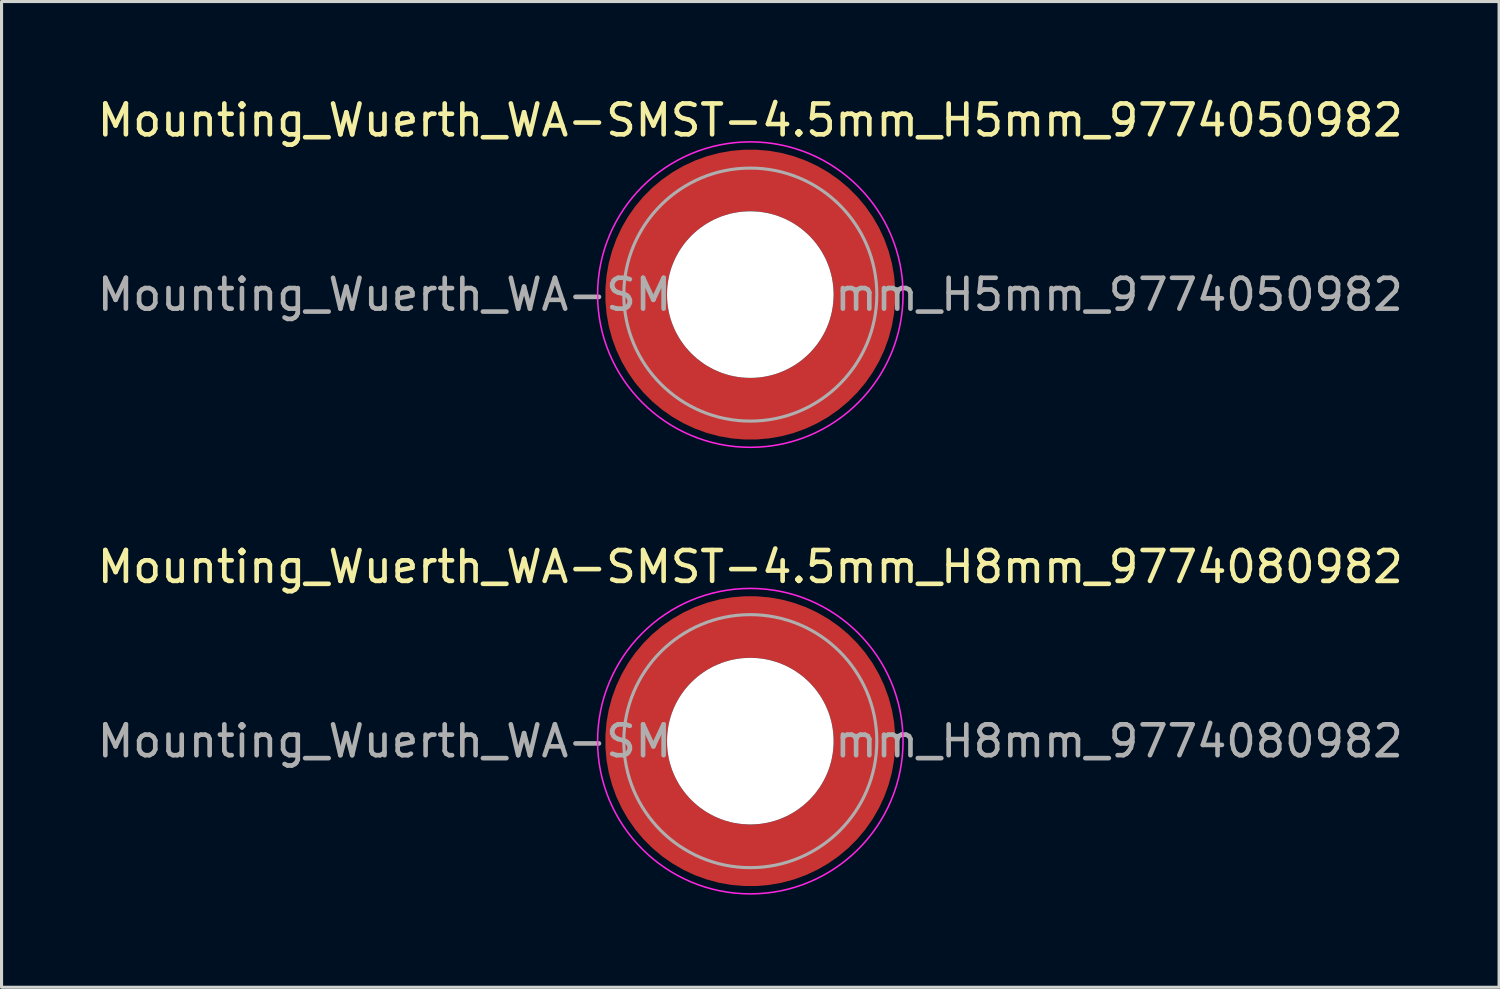
<source format=kicad_pcb>
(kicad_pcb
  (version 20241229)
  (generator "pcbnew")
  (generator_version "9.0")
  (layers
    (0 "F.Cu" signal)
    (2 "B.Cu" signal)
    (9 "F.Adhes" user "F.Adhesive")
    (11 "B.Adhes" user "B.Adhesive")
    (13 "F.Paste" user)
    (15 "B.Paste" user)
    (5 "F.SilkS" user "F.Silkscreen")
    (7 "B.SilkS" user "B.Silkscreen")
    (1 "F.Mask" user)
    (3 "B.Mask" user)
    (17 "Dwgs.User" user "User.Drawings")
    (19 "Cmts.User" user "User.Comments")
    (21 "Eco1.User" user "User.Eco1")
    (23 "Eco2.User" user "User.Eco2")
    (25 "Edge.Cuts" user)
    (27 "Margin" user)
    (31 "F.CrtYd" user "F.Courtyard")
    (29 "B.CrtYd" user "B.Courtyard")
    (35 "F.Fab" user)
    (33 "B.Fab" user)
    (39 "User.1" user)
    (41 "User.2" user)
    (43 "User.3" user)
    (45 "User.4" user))
  (footprint "Mounting_Wuerth_WA-SMST-4.5mm_H8mm_9774080982"
    (layer "F.Cu")
    (at 21.268 20.971)
    (property "Reference" "Mounting_Wuerth_WA-SMST-4.5mm_H8mm_9774080982" (at 0 -5.65 0) (layer "F.SilkS") (effects (font (size 1 1) (thickness 0.15))))
    (attr smd)
    (fp_circle (center 0 0) (end 4.95 0) (stroke (width 0.05) (type solid)) (fill no) (layer "F.CrtYd"))
    (fp_circle (center 0 0) (end 4.1 0) (stroke (width 0.1) (type solid)) (fill no) (layer "F.Fab"))
    (fp_text user "${REFERENCE}" (at 0 0 0) (layer "F.Fab") (effects (font (size 1 1) (thickness 0.15))))
    (pad "" smd custom (at -2.607 -2.607) (size 1.495 1.495) (layers "F.Paste") (options (anchor circle)) (primitives (gr_arc (start -0.188183 2.107456) (mid 0.599273 0.599273) (end 2.107456 -0.188183) (width 0.2)) (gr_arc (start -0.289416 2.107456) (mid 0.52877 0.52877) (end 2.107456 -0.289416) (width 0.2)) (gr_arc (start -0.390547 2.107456) (mid 0.458268 0.458268) (end 2.107456 -0.390547) (width 0.2)) (gr_arc (start -0.491585 2.107456) (mid 0.387765 0.387765) (end 2.107456 -0.491585) (width 0.2)) (gr_arc (start -0.59254 2.107456) (mid 0.317262 0.317262) (end 2.107456 -0.59254) (width 0.2)) (gr_arc (start -0.693419 2.107456) (mid 0.24676 0.24676) (end 2.107456 -0.693419) (width 0.2)) (gr_arc (start -0.794229 2.107456) (mid 0.176257 0.176257) (end 2.107456 -0.794229) (width 0.2)) (gr_arc (start -0.894975 2.107456) (mid 0.105754 0.105754) (end 2.107456 -0.894975) (width 0.2)) (gr_arc (start -0.995664 2.107456) (mid 0.035251 0.035251) (end 2.107456 -0.995664) (width 0.2)) (gr_arc (start -1.0963 2.107456) (mid -0.035252 -0.035252) (end 2.107456 -1.0963) (width 0.2)) (gr_arc (start -1.196886 2.107456) (mid -0.105754 -0.105754) (end 2.107456 -1.196886) (width 0.2)) (gr_arc (start -1.297427 2.107456) (mid -0.176257 -0.176257) (end 2.107456 -1.297427) (width 0.2)) (gr_arc (start -1.397927 2.107456) (mid -0.24676 -0.24676) (end 2.107456 -1.397927) (width 0.2)) (gr_arc (start -1.498388 2.107456) (mid -0.317262 -0.317262) (end 2.107456 -1.498388) (width 0.2)) (gr_arc (start -1.598813 2.107456) (mid -0.387765 -0.387765) (end 2.107456 -1.598813) (width 0.2)) (gr_arc (start -1.699204 2.107456) (mid -0.458267 -0.458267) (end 2.107456 -1.699204) (width 0.2)) (gr_arc (start -1.799565 2.107456) (mid -0.528771 -0.528771) (end 2.107456 -1.799565) (width 0.2)) (gr_arc (start -1.899896 2.107456) (mid -0.599273 -0.599273) (end 2.107456 -1.899896) (width 0.2)) (gr_arc (start -1.899896 2.107456) (mid -0.599273 -0.599273) (end 2.107456 -1.899896) (width 0.2)) (gr_line (start 2.107 -0.188) (end 2.107 -1.9) (width 0.2)) (gr_line (start -0.188 2.107) (end -1.9 2.107) (width 0.2))))
    (pad "" smd custom (at -2.607 2.607) (size 1.495 1.495) (layers "F.Paste") (options (anchor circle)) (primitives (gr_arc (start 2.107456 0.188183) (mid 0.599273 -0.599273) (end -0.188183 -2.107456) (width 0.2)) (gr_arc (start 2.107456 0.289416) (mid 0.52877 -0.52877) (end -0.289416 -2.107456) (width 0.2)) (gr_arc (start 2.107456 0.390547) (mid 0.458268 -0.458268) (end -0.390547 -2.107456) (width 0.2)) (gr_arc (start 2.107456 0.491585) (mid 0.387765 -0.387765) (end -0.491585 -2.107456) (width 0.2)) (gr_arc (start 2.107456 0.59254) (mid 0.317262 -0.317262) (end -0.59254 -2.107456) (width 0.2)) (gr_arc (start 2.107456 0.693419) (mid 0.24676 -0.24676) (end -0.693419 -2.107456) (width 0.2)) (gr_arc (start 2.107456 0.794229) (mid 0.176257 -0.176257) (end -0.794229 -2.107456) (width 0.2)) (gr_arc (start 2.107456 0.894975) (mid 0.105754 -0.105754) (end -0.894975 -2.107456) (width 0.2)) (gr_arc (start 2.107456 0.995664) (mid 0.035251 -0.035251) (end -0.995664 -2.107456) (width 0.2)) (gr_arc (start 2.107456 1.0963) (mid -0.035252 0.035252) (end -1.0963 -2.107456) (width 0.2)) (gr_arc (start 2.107456 1.196886) (mid -0.105754 0.105754) (end -1.196886 -2.107456) (width 0.2)) (gr_arc (start 2.107456 1.297427) (mid -0.176257 0.176257) (end -1.297427 -2.107456) (width 0.2)) (gr_arc (start 2.107456 1.397927) (mid -0.24676 0.24676) (end -1.397927 -2.107456) (width 0.2)) (gr_arc (start 2.107456 1.498388) (mid -0.317262 0.317262) (end -1.498388 -2.107456) (width 0.2)) (gr_arc (start 2.107456 1.598813) (mid -0.387765 0.387765) (end -1.598813 -2.107456) (width 0.2)) (gr_arc (start 2.107456 1.699204) (mid -0.458267 0.458267) (end -1.699204 -2.107456) (width 0.2)) (gr_arc (start 2.107456 1.799565) (mid -0.528771 0.528771) (end -1.799565 -2.107456) (width 0.2)) (gr_arc (start 2.107456 1.899896) (mid -0.599273 0.599273) (end -1.899896 -2.107456) (width 0.2)) (gr_arc (start 2.107456 1.899896) (mid -0.599273 0.599273) (end -1.899896 -2.107456) (width 0.2)) (gr_line (start -0.188 -2.107) (end -1.9 -2.107) (width 0.2)) (gr_line (start 2.107 0.188) (end 2.107 1.9) (width 0.2))))
    (pad "" np_thru_hole circle (at 0 0) (size 5.4 5.4) (drill 5.4) (layers "*.Cu" "*.Mask"))
    (pad "" smd custom (at 2.607 -2.607) (size 1.495 1.495) (layers "F.Paste") (options (anchor circle)) (primitives (gr_arc (start -2.107456 -0.188183) (mid -0.599273 0.599273) (end 0.188183 2.107456) (width 0.2)) (gr_arc (start -2.107456 -0.289416) (mid -0.52877 0.52877) (end 0.289416 2.107456) (width 0.2)) (gr_arc (start -2.107456 -0.390547) (mid -0.458268 0.458268) (end 0.390547 2.107456) (width 0.2)) (gr_arc (start -2.107456 -0.491585) (mid -0.387765 0.387765) (end 0.491585 2.107456) (width 0.2)) (gr_arc (start -2.107456 -0.59254) (mid -0.317262 0.317262) (end 0.59254 2.107456) (width 0.2)) (gr_arc (start -2.107456 -0.693419) (mid -0.24676 0.24676) (end 0.693419 2.107456) (width 0.2)) (gr_arc (start -2.107456 -0.794229) (mid -0.176257 0.176257) (end 0.794229 2.107456) (width 0.2)) (gr_arc (start -2.107456 -0.894975) (mid -0.105754 0.105754) (end 0.894975 2.107456) (width 0.2)) (gr_arc (start -2.107456 -0.995664) (mid -0.035251 0.035251) (end 0.995664 2.107456) (width 0.2)) (gr_arc (start -2.107456 -1.0963) (mid 0.035252 -0.035252) (end 1.0963 2.107456) (width 0.2)) (gr_arc (start -2.107456 -1.196886) (mid 0.105754 -0.105754) (end 1.196886 2.107456) (width 0.2)) (gr_arc (start -2.107456 -1.297427) (mid 0.176257 -0.176257) (end 1.297427 2.107456) (width 0.2)) (gr_arc (start -2.107456 -1.397927) (mid 0.24676 -0.24676) (end 1.397927 2.107456) (width 0.2)) (gr_arc (start -2.107456 -1.498388) (mid 0.317262 -0.317262) (end 1.498388 2.107456) (width 0.2)) (gr_arc (start -2.107456 -1.598813) (mid 0.387765 -0.387765) (end 1.598813 2.107456) (width 0.2)) (gr_arc (start -2.107456 -1.699204) (mid 0.458267 -0.458267) (end 1.699204 2.107456) (width 0.2)) (gr_arc (start -2.107456 -1.799565) (mid 0.528771 -0.528771) (end 1.799565 2.107456) (width 0.2)) (gr_arc (start -2.107456 -1.899896) (mid 0.599273 -0.599273) (end 1.899896 2.107456) (width 0.2)) (gr_arc (start -2.107456 -1.899896) (mid 0.599273 -0.599273) (end 1.899896 2.107456) (width 0.2)) (gr_line (start 0.188 2.107) (end 1.9 2.107) (width 0.2)) (gr_line (start -2.107 -0.188) (end -2.107 -1.9) (width 0.2))))
    (pad "" smd custom (at 2.607 2.607) (size 1.495 1.495) (layers "F.Paste") (options (anchor circle)) (primitives (gr_arc (start 0.188183 -2.107456) (mid -0.599273 -0.599273) (end -2.107456 0.188183) (width 0.2)) (gr_arc (start 0.289416 -2.107456) (mid -0.52877 -0.52877) (end -2.107456 0.289416) (width 0.2)) (gr_arc (start 0.390547 -2.107456) (mid -0.458268 -0.458268) (end -2.107456 0.390547) (width 0.2)) (gr_arc (start 0.491585 -2.107456) (mid -0.387765 -0.387765) (end -2.107456 0.491585) (width 0.2)) (gr_arc (start 0.59254 -2.107456) (mid -0.317262 -0.317262) (end -2.107456 0.59254) (width 0.2)) (gr_arc (start 0.693419 -2.107456) (mid -0.24676 -0.24676) (end -2.107456 0.693419) (width 0.2)) (gr_arc (start 0.794229 -2.107456) (mid -0.176257 -0.176257) (end -2.107456 0.794229) (width 0.2)) (gr_arc (start 0.894975 -2.107456) (mid -0.105754 -0.105754) (end -2.107456 0.894975) (width 0.2)) (gr_arc (start 0.995664 -2.107456) (mid -0.035251 -0.035251) (end -2.107456 0.995664) (width 0.2)) (gr_arc (start 1.0963 -2.107456) (mid 0.035252 0.035252) (end -2.107456 1.0963) (width 0.2)) (gr_arc (start 1.196886 -2.107456) (mid 0.105754 0.105754) (end -2.107456 1.196886) (width 0.2)) (gr_arc (start 1.297427 -2.107456) (mid 0.176257 0.176257) (end -2.107456 1.297427) (width 0.2)) (gr_arc (start 1.397927 -2.107456) (mid 0.24676 0.24676) (end -2.107456 1.397927) (width 0.2)) (gr_arc (start 1.498388 -2.107456) (mid 0.317262 0.317262) (end -2.107456 1.498388) (width 0.2)) (gr_arc (start 1.598813 -2.107456) (mid 0.387765 0.387765) (end -2.107456 1.598813) (width 0.2)) (gr_arc (start 1.699204 -2.107456) (mid 0.458267 0.458267) (end -2.107456 1.699204) (width 0.2)) (gr_arc (start 1.799565 -2.107456) (mid 0.528771 0.528771) (end -2.107456 1.799565) (width 0.2)) (gr_arc (start 1.899896 -2.107456) (mid 0.599273 0.599273) (end -2.107456 1.899896) (width 0.2)) (gr_arc (start 1.899896 -2.107456) (mid 0.599273 0.599273) (end -2.107456 1.899896) (width 0.2)) (gr_line (start -2.107 0.188) (end -2.107 1.9) (width 0.2)) (gr_line (start 0.188 -2.107) (end 1.9 -2.107) (width 0.2))))
    (pad "1" smd circle (at -3.7 0) (size 1.6 1.6) (layers "F.Cu"))
    (pad "1" smd circle (at 0 -3.7) (size 1.6 1.6) (layers "F.Cu"))
    (pad "1" smd circle (at 0 3.7) (size 1.6 1.6) (layers "F.Cu"))
    (pad "1" smd custom (at 3.7 0) (size 1.6 1.6) (layers "F.Cu" "F.Mask") (options (anchor circle)) (primitives (gr_circle (center -3.7 0) (end 0 0) (width 2) (fill no)))))
  (footprint "Mounting_Wuerth_WA-SMST-4.5mm_H5mm_9774050982"
    (layer "F.Cu")
    (at 21.268 6.498)
    (property "Reference" "Mounting_Wuerth_WA-SMST-4.5mm_H5mm_9774050982" (at 0 -5.65 0) (layer "F.SilkS") (effects (font (size 1 1) (thickness 0.15))))
    (attr smd)
    (fp_circle (center 0 0) (end 4.95 0) (stroke (width 0.05) (type solid)) (fill no) (layer "F.CrtYd"))
    (fp_circle (center 0 0) (end 4.1 0) (stroke (width 0.1) (type solid)) (fill no) (layer "F.Fab"))
    (fp_text user "${REFERENCE}" (at 0 0 0) (layer "F.Fab") (effects (font (size 1 1) (thickness 0.15))))
    (pad "" smd custom (at -2.607 -2.607) (size 1.495 1.495) (layers "F.Paste") (options (anchor circle)) (primitives (gr_arc (start -0.188183 2.107456) (mid 0.599273 0.599273) (end 2.107456 -0.188183) (width 0.2)) (gr_arc (start -0.289416 2.107456) (mid 0.52877 0.52877) (end 2.107456 -0.289416) (width 0.2)) (gr_arc (start -0.390547 2.107456) (mid 0.458268 0.458268) (end 2.107456 -0.390547) (width 0.2)) (gr_arc (start -0.491585 2.107456) (mid 0.387765 0.387765) (end 2.107456 -0.491585) (width 0.2)) (gr_arc (start -0.59254 2.107456) (mid 0.317262 0.317262) (end 2.107456 -0.59254) (width 0.2)) (gr_arc (start -0.693419 2.107456) (mid 0.24676 0.24676) (end 2.107456 -0.693419) (width 0.2)) (gr_arc (start -0.794229 2.107456) (mid 0.176257 0.176257) (end 2.107456 -0.794229) (width 0.2)) (gr_arc (start -0.894975 2.107456) (mid 0.105754 0.105754) (end 2.107456 -0.894975) (width 0.2)) (gr_arc (start -0.995664 2.107456) (mid 0.035251 0.035251) (end 2.107456 -0.995664) (width 0.2)) (gr_arc (start -1.0963 2.107456) (mid -0.035252 -0.035252) (end 2.107456 -1.0963) (width 0.2)) (gr_arc (start -1.196886 2.107456) (mid -0.105754 -0.105754) (end 2.107456 -1.196886) (width 0.2)) (gr_arc (start -1.297427 2.107456) (mid -0.176257 -0.176257) (end 2.107456 -1.297427) (width 0.2)) (gr_arc (start -1.397927 2.107456) (mid -0.24676 -0.24676) (end 2.107456 -1.397927) (width 0.2)) (gr_arc (start -1.498388 2.107456) (mid -0.317262 -0.317262) (end 2.107456 -1.498388) (width 0.2)) (gr_arc (start -1.598813 2.107456) (mid -0.387765 -0.387765) (end 2.107456 -1.598813) (width 0.2)) (gr_arc (start -1.699204 2.107456) (mid -0.458267 -0.458267) (end 2.107456 -1.699204) (width 0.2)) (gr_arc (start -1.799565 2.107456) (mid -0.528771 -0.528771) (end 2.107456 -1.799565) (width 0.2)) (gr_arc (start -1.899896 2.107456) (mid -0.599273 -0.599273) (end 2.107456 -1.899896) (width 0.2)) (gr_arc (start -1.899896 2.107456) (mid -0.599273 -0.599273) (end 2.107456 -1.899896) (width 0.2)) (gr_line (start 2.107 -0.188) (end 2.107 -1.9) (width 0.2)) (gr_line (start -0.188 2.107) (end -1.9 2.107) (width 0.2))))
    (pad "" smd custom (at -2.607 2.607) (size 1.495 1.495) (layers "F.Paste") (options (anchor circle)) (primitives (gr_arc (start 2.107456 0.188183) (mid 0.599273 -0.599273) (end -0.188183 -2.107456) (width 0.2)) (gr_arc (start 2.107456 0.289416) (mid 0.52877 -0.52877) (end -0.289416 -2.107456) (width 0.2)) (gr_arc (start 2.107456 0.390547) (mid 0.458268 -0.458268) (end -0.390547 -2.107456) (width 0.2)) (gr_arc (start 2.107456 0.491585) (mid 0.387765 -0.387765) (end -0.491585 -2.107456) (width 0.2)) (gr_arc (start 2.107456 0.59254) (mid 0.317262 -0.317262) (end -0.59254 -2.107456) (width 0.2)) (gr_arc (start 2.107456 0.693419) (mid 0.24676 -0.24676) (end -0.693419 -2.107456) (width 0.2)) (gr_arc (start 2.107456 0.794229) (mid 0.176257 -0.176257) (end -0.794229 -2.107456) (width 0.2)) (gr_arc (start 2.107456 0.894975) (mid 0.105754 -0.105754) (end -0.894975 -2.107456) (width 0.2)) (gr_arc (start 2.107456 0.995664) (mid 0.035251 -0.035251) (end -0.995664 -2.107456) (width 0.2)) (gr_arc (start 2.107456 1.0963) (mid -0.035252 0.035252) (end -1.0963 -2.107456) (width 0.2)) (gr_arc (start 2.107456 1.196886) (mid -0.105754 0.105754) (end -1.196886 -2.107456) (width 0.2)) (gr_arc (start 2.107456 1.297427) (mid -0.176257 0.176257) (end -1.297427 -2.107456) (width 0.2)) (gr_arc (start 2.107456 1.397927) (mid -0.24676 0.24676) (end -1.397927 -2.107456) (width 0.2)) (gr_arc (start 2.107456 1.498388) (mid -0.317262 0.317262) (end -1.498388 -2.107456) (width 0.2)) (gr_arc (start 2.107456 1.598813) (mid -0.387765 0.387765) (end -1.598813 -2.107456) (width 0.2)) (gr_arc (start 2.107456 1.699204) (mid -0.458267 0.458267) (end -1.699204 -2.107456) (width 0.2)) (gr_arc (start 2.107456 1.799565) (mid -0.528771 0.528771) (end -1.799565 -2.107456) (width 0.2)) (gr_arc (start 2.107456 1.899896) (mid -0.599273 0.599273) (end -1.899896 -2.107456) (width 0.2)) (gr_arc (start 2.107456 1.899896) (mid -0.599273 0.599273) (end -1.899896 -2.107456) (width 0.2)) (gr_line (start -0.188 -2.107) (end -1.9 -2.107) (width 0.2)) (gr_line (start 2.107 0.188) (end 2.107 1.9) (width 0.2))))
    (pad "" np_thru_hole circle (at 0 0) (size 5.4 5.4) (drill 5.4) (layers "*.Cu" "*.Mask"))
    (pad "" smd custom (at 2.607 -2.607) (size 1.495 1.495) (layers "F.Paste") (options (anchor circle)) (primitives (gr_arc (start -2.107456 -0.188183) (mid -0.599273 0.599273) (end 0.188183 2.107456) (width 0.2)) (gr_arc (start -2.107456 -0.289416) (mid -0.52877 0.52877) (end 0.289416 2.107456) (width 0.2)) (gr_arc (start -2.107456 -0.390547) (mid -0.458268 0.458268) (end 0.390547 2.107456) (width 0.2)) (gr_arc (start -2.107456 -0.491585) (mid -0.387765 0.387765) (end 0.491585 2.107456) (width 0.2)) (gr_arc (start -2.107456 -0.59254) (mid -0.317262 0.317262) (end 0.59254 2.107456) (width 0.2)) (gr_arc (start -2.107456 -0.693419) (mid -0.24676 0.24676) (end 0.693419 2.107456) (width 0.2)) (gr_arc (start -2.107456 -0.794229) (mid -0.176257 0.176257) (end 0.794229 2.107456) (width 0.2)) (gr_arc (start -2.107456 -0.894975) (mid -0.105754 0.105754) (end 0.894975 2.107456) (width 0.2)) (gr_arc (start -2.107456 -0.995664) (mid -0.035251 0.035251) (end 0.995664 2.107456) (width 0.2)) (gr_arc (start -2.107456 -1.0963) (mid 0.035252 -0.035252) (end 1.0963 2.107456) (width 0.2)) (gr_arc (start -2.107456 -1.196886) (mid 0.105754 -0.105754) (end 1.196886 2.107456) (width 0.2)) (gr_arc (start -2.107456 -1.297427) (mid 0.176257 -0.176257) (end 1.297427 2.107456) (width 0.2)) (gr_arc (start -2.107456 -1.397927) (mid 0.24676 -0.24676) (end 1.397927 2.107456) (width 0.2)) (gr_arc (start -2.107456 -1.498388) (mid 0.317262 -0.317262) (end 1.498388 2.107456) (width 0.2)) (gr_arc (start -2.107456 -1.598813) (mid 0.387765 -0.387765) (end 1.598813 2.107456) (width 0.2)) (gr_arc (start -2.107456 -1.699204) (mid 0.458267 -0.458267) (end 1.699204 2.107456) (width 0.2)) (gr_arc (start -2.107456 -1.799565) (mid 0.528771 -0.528771) (end 1.799565 2.107456) (width 0.2)) (gr_arc (start -2.107456 -1.899896) (mid 0.599273 -0.599273) (end 1.899896 2.107456) (width 0.2)) (gr_arc (start -2.107456 -1.899896) (mid 0.599273 -0.599273) (end 1.899896 2.107456) (width 0.2)) (gr_line (start 0.188 2.107) (end 1.9 2.107) (width 0.2)) (gr_line (start -2.107 -0.188) (end -2.107 -1.9) (width 0.2))))
    (pad "" smd custom (at 2.607 2.607) (size 1.495 1.495) (layers "F.Paste") (options (anchor circle)) (primitives (gr_arc (start 0.188183 -2.107456) (mid -0.599273 -0.599273) (end -2.107456 0.188183) (width 0.2)) (gr_arc (start 0.289416 -2.107456) (mid -0.52877 -0.52877) (end -2.107456 0.289416) (width 0.2)) (gr_arc (start 0.390547 -2.107456) (mid -0.458268 -0.458268) (end -2.107456 0.390547) (width 0.2)) (gr_arc (start 0.491585 -2.107456) (mid -0.387765 -0.387765) (end -2.107456 0.491585) (width 0.2)) (gr_arc (start 0.59254 -2.107456) (mid -0.317262 -0.317262) (end -2.107456 0.59254) (width 0.2)) (gr_arc (start 0.693419 -2.107456) (mid -0.24676 -0.24676) (end -2.107456 0.693419) (width 0.2)) (gr_arc (start 0.794229 -2.107456) (mid -0.176257 -0.176257) (end -2.107456 0.794229) (width 0.2)) (gr_arc (start 0.894975 -2.107456) (mid -0.105754 -0.105754) (end -2.107456 0.894975) (width 0.2)) (gr_arc (start 0.995664 -2.107456) (mid -0.035251 -0.035251) (end -2.107456 0.995664) (width 0.2)) (gr_arc (start 1.0963 -2.107456) (mid 0.035252 0.035252) (end -2.107456 1.0963) (width 0.2)) (gr_arc (start 1.196886 -2.107456) (mid 0.105754 0.105754) (end -2.107456 1.196886) (width 0.2)) (gr_arc (start 1.297427 -2.107456) (mid 0.176257 0.176257) (end -2.107456 1.297427) (width 0.2)) (gr_arc (start 1.397927 -2.107456) (mid 0.24676 0.24676) (end -2.107456 1.397927) (width 0.2)) (gr_arc (start 1.498388 -2.107456) (mid 0.317262 0.317262) (end -2.107456 1.498388) (width 0.2)) (gr_arc (start 1.598813 -2.107456) (mid 0.387765 0.387765) (end -2.107456 1.598813) (width 0.2)) (gr_arc (start 1.699204 -2.107456) (mid 0.458267 0.458267) (end -2.107456 1.699204) (width 0.2)) (gr_arc (start 1.799565 -2.107456) (mid 0.528771 0.528771) (end -2.107456 1.799565) (width 0.2)) (gr_arc (start 1.899896 -2.107456) (mid 0.599273 0.599273) (end -2.107456 1.899896) (width 0.2)) (gr_arc (start 1.899896 -2.107456) (mid 0.599273 0.599273) (end -2.107456 1.899896) (width 0.2)) (gr_line (start -2.107 0.188) (end -2.107 1.9) (width 0.2)) (gr_line (start 0.188 -2.107) (end 1.9 -2.107) (width 0.2))))
    (pad "1" smd circle (at -3.7 0) (size 1.6 1.6) (layers "F.Cu"))
    (pad "1" smd circle (at 0 -3.7) (size 1.6 1.6) (layers "F.Cu"))
    (pad "1" smd circle (at 0 3.7) (size 1.6 1.6) (layers "F.Cu"))
    (pad "1" smd custom (at 3.7 0) (size 1.6 1.6) (layers "F.Cu" "F.Mask") (options (anchor circle)) (primitives (gr_circle (center -3.7 0) (end 0 0) (width 2) (fill no)))))
  (gr_rect
    (start -3 -3)
    (end 45.536 28.947)
    (stroke (width 0.1) (type default))
    (fill no)
    (layer "Edge.Cuts")))
</source>
